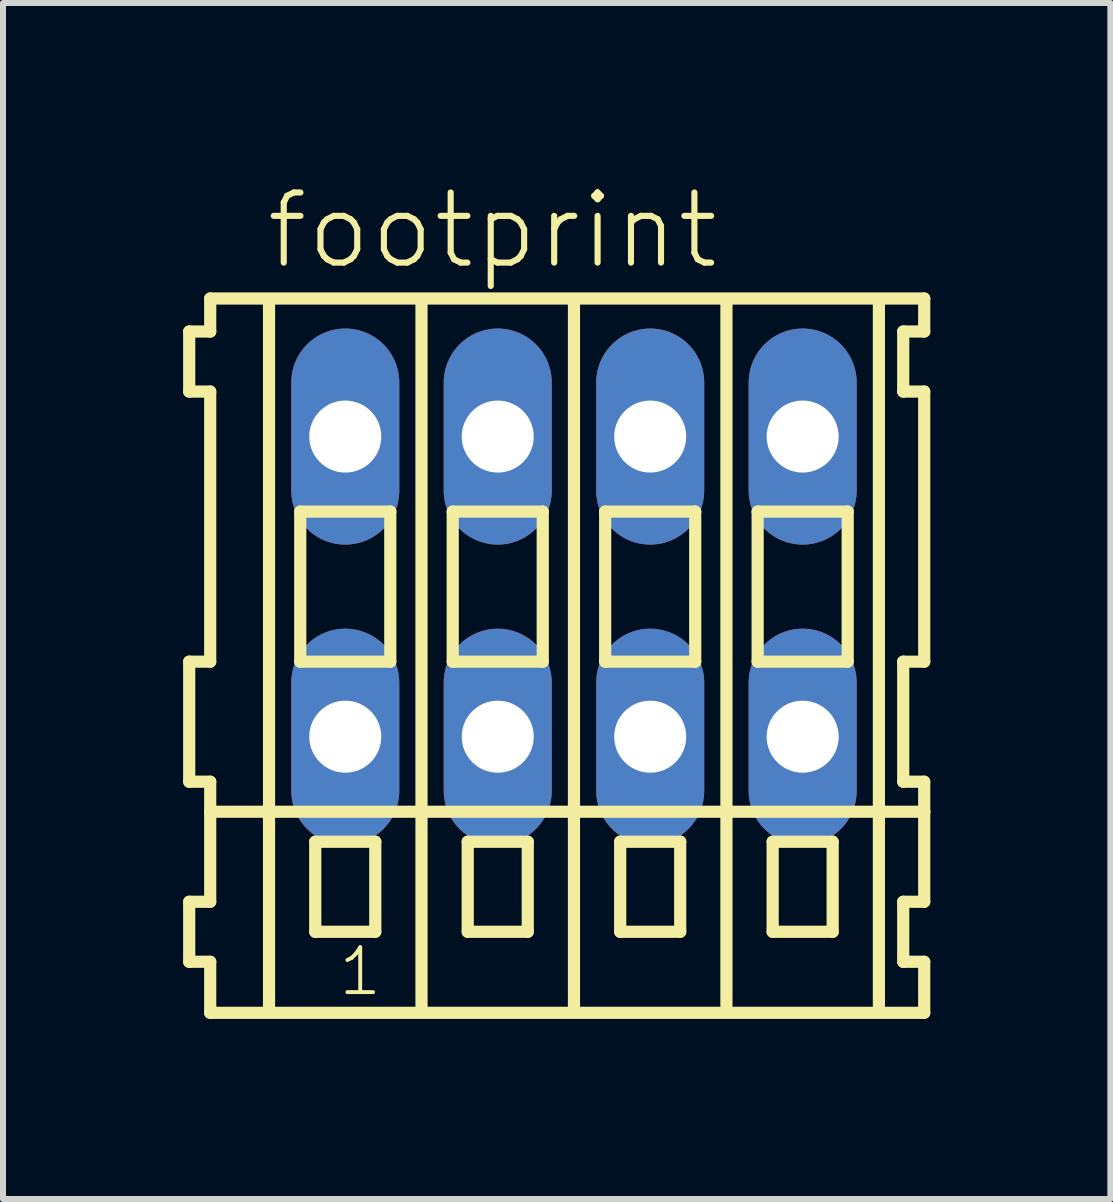
<source format=kicad_pcb>
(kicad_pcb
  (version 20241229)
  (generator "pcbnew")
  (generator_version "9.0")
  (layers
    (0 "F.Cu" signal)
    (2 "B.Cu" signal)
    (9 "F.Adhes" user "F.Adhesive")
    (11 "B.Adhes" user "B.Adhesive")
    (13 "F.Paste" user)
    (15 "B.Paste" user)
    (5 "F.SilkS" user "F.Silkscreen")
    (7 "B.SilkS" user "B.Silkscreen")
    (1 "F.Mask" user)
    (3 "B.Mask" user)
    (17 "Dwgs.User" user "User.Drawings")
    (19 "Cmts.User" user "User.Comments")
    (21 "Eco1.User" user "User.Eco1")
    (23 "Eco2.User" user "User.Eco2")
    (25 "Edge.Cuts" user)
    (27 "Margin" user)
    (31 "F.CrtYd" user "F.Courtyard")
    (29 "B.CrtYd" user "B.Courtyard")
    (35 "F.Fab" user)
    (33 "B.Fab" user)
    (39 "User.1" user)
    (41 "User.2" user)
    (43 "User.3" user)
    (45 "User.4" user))
  (footprint "footprint"
    (layer "F.Cu")
    (at 6.512 6.723)
    (property "Reference" "footprint" (at -5.18 -5.25 0) (layer "F.SilkS") (effects (font (size 1.168 1.168) (thickness 0.102)) (justify left bottom)))
    (fp_line (start -6.41 -4.25) (end -6.41 -3.25) (stroke (width 0.203) (type solid)) (layer "F.SilkS"))
    (fp_line (start -6.41 -3.25) (end -6.06 -3.25) (stroke (width 0.203) (type solid)) (layer "F.SilkS"))
    (fp_line (start -6.41 1.25) (end -6.41 3.25) (stroke (width 0.203) (type solid)) (layer "F.SilkS"))
    (fp_line (start -6.41 3.25) (end -6.06 3.25) (stroke (width 0.203) (type solid)) (layer "F.SilkS"))
    (fp_line (start -6.41 5.25) (end -6.41 6.25) (stroke (width 0.203) (type solid)) (layer "F.SilkS"))
    (fp_line (start -6.41 6.25) (end -6.06 6.25) (stroke (width 0.203) (type solid)) (layer "F.SilkS"))
    (fp_line (start -6.06 -4.8) (end -6.06 -4.25) (stroke (width 0.203) (type solid)) (layer "F.SilkS"))
    (fp_line (start -6.06 -4.25) (end -6.41 -4.25) (stroke (width 0.203) (type solid)) (layer "F.SilkS"))
    (fp_line (start -6.06 -3.25) (end -6.06 1.25) (stroke (width 0.203) (type solid)) (layer "F.SilkS"))
    (fp_line (start -6.06 1.25) (end -6.41 1.25) (stroke (width 0.203) (type solid)) (layer "F.SilkS"))
    (fp_line (start -6.06 3.25) (end -6.06 5.25) (stroke (width 0.203) (type solid)) (layer "F.SilkS"))
    (fp_line (start -6.06 3.75) (end 5.835 3.75) (stroke (width 0.203) (type solid)) (layer "F.SilkS"))
    (fp_line (start -6.06 5.25) (end -6.41 5.25) (stroke (width 0.203) (type solid)) (layer "F.SilkS"))
    (fp_line (start -6.06 6.25) (end -6.06 7.1) (stroke (width 0.203) (type solid)) (layer "F.SilkS"))
    (fp_line (start -6.06 7.1) (end 5.835 7.1) (stroke (width 0.203) (type solid)) (layer "F.SilkS"))
    (fp_line (start -5.08 6.985) (end -5.08 -4.699) (stroke (width 0.203) (type solid)) (layer "F.SilkS"))
    (fp_line (start -4.56 -1.25) (end -4.56 1.25) (stroke (width 0.203) (type solid)) (layer "F.SilkS"))
    (fp_line (start -4.56 1.25) (end -3.06 1.25) (stroke (width 0.203) (type solid)) (layer "F.SilkS"))
    (fp_line (start -4.31 4.25) (end -4.31 5.75) (stroke (width 0.203) (type solid)) (layer "F.SilkS"))
    (fp_line (start -4.31 5.75) (end -3.31 5.75) (stroke (width 0.203) (type solid)) (layer "F.SilkS"))
    (fp_line (start -3.31 4.25) (end -4.31 4.25) (stroke (width 0.203) (type solid)) (layer "F.SilkS"))
    (fp_line (start -3.31 5.75) (end -3.31 4.25) (stroke (width 0.203) (type solid)) (layer "F.SilkS"))
    (fp_line (start -3.06 -1.25) (end -4.56 -1.25) (stroke (width 0.203) (type solid)) (layer "F.SilkS"))
    (fp_line (start -3.06 1.25) (end -3.06 -1.25) (stroke (width 0.203) (type solid)) (layer "F.SilkS"))
    (fp_line (start -2.54 6.985) (end -2.54 -4.699) (stroke (width 0.203) (type solid)) (layer "F.SilkS"))
    (fp_line (start -2.02 -1.25) (end -2.02 1.25) (stroke (width 0.203) (type solid)) (layer "F.SilkS"))
    (fp_line (start -2.02 1.25) (end -0.52 1.25) (stroke (width 0.203) (type solid)) (layer "F.SilkS"))
    (fp_line (start -1.77 4.25) (end -1.77 5.75) (stroke (width 0.203) (type solid)) (layer "F.SilkS"))
    (fp_line (start -1.77 5.75) (end -0.77 5.75) (stroke (width 0.203) (type solid)) (layer "F.SilkS"))
    (fp_line (start -0.77 4.25) (end -1.77 4.25) (stroke (width 0.203) (type solid)) (layer "F.SilkS"))
    (fp_line (start -0.77 5.75) (end -0.77 4.25) (stroke (width 0.203) (type solid)) (layer "F.SilkS"))
    (fp_line (start -0.52 -1.25) (end -2.02 -1.25) (stroke (width 0.203) (type solid)) (layer "F.SilkS"))
    (fp_line (start -0.52 1.25) (end -0.52 -1.25) (stroke (width 0.203) (type solid)) (layer "F.SilkS"))
    (fp_line (start 0 6.985) (end 0 -4.699) (stroke (width 0.203) (type solid)) (layer "F.SilkS"))
    (fp_line (start 0.52 -1.25) (end 0.52 1.25) (stroke (width 0.203) (type solid)) (layer "F.SilkS"))
    (fp_line (start 0.52 1.25) (end 2.02 1.25) (stroke (width 0.203) (type solid)) (layer "F.SilkS"))
    (fp_line (start 0.77 4.25) (end 0.77 5.75) (stroke (width 0.203) (type solid)) (layer "F.SilkS"))
    (fp_line (start 0.77 5.75) (end 1.77 5.75) (stroke (width 0.203) (type solid)) (layer "F.SilkS"))
    (fp_line (start 1.77 4.25) (end 0.77 4.25) (stroke (width 0.203) (type solid)) (layer "F.SilkS"))
    (fp_line (start 1.77 5.75) (end 1.77 4.25) (stroke (width 0.203) (type solid)) (layer "F.SilkS"))
    (fp_line (start 2.02 -1.25) (end 0.52 -1.25) (stroke (width 0.203) (type solid)) (layer "F.SilkS"))
    (fp_line (start 2.02 1.25) (end 2.02 -1.25) (stroke (width 0.203) (type solid)) (layer "F.SilkS"))
    (fp_line (start 2.54 6.985) (end 2.54 -4.699) (stroke (width 0.203) (type solid)) (layer "F.SilkS"))
    (fp_line (start 3.06 -1.25) (end 3.06 1.25) (stroke (width 0.203) (type solid)) (layer "F.SilkS"))
    (fp_line (start 3.06 1.25) (end 4.56 1.25) (stroke (width 0.203) (type solid)) (layer "F.SilkS"))
    (fp_line (start 3.31 4.25) (end 3.31 5.75) (stroke (width 0.203) (type solid)) (layer "F.SilkS"))
    (fp_line (start 3.31 5.75) (end 4.31 5.75) (stroke (width 0.203) (type solid)) (layer "F.SilkS"))
    (fp_line (start 4.31 4.25) (end 3.31 4.25) (stroke (width 0.203) (type solid)) (layer "F.SilkS"))
    (fp_line (start 4.31 5.75) (end 4.31 4.25) (stroke (width 0.203) (type solid)) (layer "F.SilkS"))
    (fp_line (start 4.56 -1.25) (end 3.06 -1.25) (stroke (width 0.203) (type solid)) (layer "F.SilkS"))
    (fp_line (start 4.56 1.25) (end 4.56 -1.25) (stroke (width 0.203) (type solid)) (layer "F.SilkS"))
    (fp_line (start 5.08 6.985) (end 5.08 -4.699) (stroke (width 0.203) (type solid)) (layer "F.SilkS"))
    (fp_line (start 5.485 -4.25) (end 5.485 -3.25) (stroke (width 0.203) (type solid)) (layer "F.SilkS"))
    (fp_line (start 5.485 -3.25) (end 5.835 -3.25) (stroke (width 0.203) (type solid)) (layer "F.SilkS"))
    (fp_line (start 5.485 1.25) (end 5.485 3.25) (stroke (width 0.203) (type solid)) (layer "F.SilkS"))
    (fp_line (start 5.485 3.25) (end 5.835 3.25) (stroke (width 0.203) (type solid)) (layer "F.SilkS"))
    (fp_line (start 5.485 5.25) (end 5.485 6.25) (stroke (width 0.203) (type solid)) (layer "F.SilkS"))
    (fp_line (start 5.485 6.25) (end 5.835 6.25) (stroke (width 0.203) (type solid)) (layer "F.SilkS"))
    (fp_line (start 5.835 -4.8) (end -6.06 -4.8) (stroke (width 0.203) (type solid)) (layer "F.SilkS"))
    (fp_line (start 5.835 -4.25) (end 5.485 -4.25) (stroke (width 0.203) (type solid)) (layer "F.SilkS"))
    (fp_line (start 5.835 -4.25) (end 5.835 -4.8) (stroke (width 0.203) (type solid)) (layer "F.SilkS"))
    (fp_line (start 5.835 1.25) (end 5.485 1.25) (stroke (width 0.203) (type solid)) (layer "F.SilkS"))
    (fp_line (start 5.835 1.25) (end 5.835 -3.25) (stroke (width 0.203) (type solid)) (layer "F.SilkS"))
    (fp_line (start 5.835 3.75) (end 5.835 3.25) (stroke (width 0.203) (type solid)) (layer "F.SilkS"))
    (fp_line (start 5.835 5.25) (end 5.485 5.25) (stroke (width 0.203) (type solid)) (layer "F.SilkS"))
    (fp_line (start 5.835 5.25) (end 5.835 3.75) (stroke (width 0.203) (type solid)) (layer "F.SilkS"))
    (fp_line (start 5.835 7.1) (end 5.835 6.25) (stroke (width 0.203) (type solid)) (layer "F.SilkS"))
    (fp_text user "1" (at -3.96 6.85 0) (layer "F.SilkS") (effects (font (size 0.748 0.748) (thickness 0.065)) (justify left bottom)))
    (pad "A1" thru_hole oval (at -3.81 -2.5 90) (size 3.6 1.8) (drill 1.2) (layers "*.Cu" "*.Mask"))
    (pad "A2" thru_hole oval (at -1.27 -2.5 90) (size 3.6 1.8) (drill 1.2) (layers "*.Cu" "*.Mask"))
    (pad "A3" thru_hole oval (at 1.27 -2.5 90) (size 3.6 1.8) (drill 1.2) (layers "*.Cu" "*.Mask"))
    (pad "A4" thru_hole oval (at 3.81 -2.5 90) (size 3.6 1.8) (drill 1.2) (layers "*.Cu" "*.Mask"))
    (pad "B1" thru_hole oval (at -3.81 2.5 90) (size 3.6 1.8) (drill 1.2) (layers "*.Cu" "*.Mask"))
    (pad "B2" thru_hole oval (at -1.27 2.5 90) (size 3.6 1.8) (drill 1.2) (layers "*.Cu" "*.Mask"))
    (pad "B3" thru_hole oval (at 1.27 2.5 90) (size 3.6 1.8) (drill 1.2) (layers "*.Cu" "*.Mask"))
    (pad "B4" thru_hole oval (at 3.81 2.5 90) (size 3.6 1.8) (drill 1.2) (layers "*.Cu" "*.Mask")))
  (gr_rect
    (start -3 -3)
    (end 15.448 16.925)
    (stroke (width 0.1) (type default))
    (fill no)
    (layer "Edge.Cuts")))
</source>
